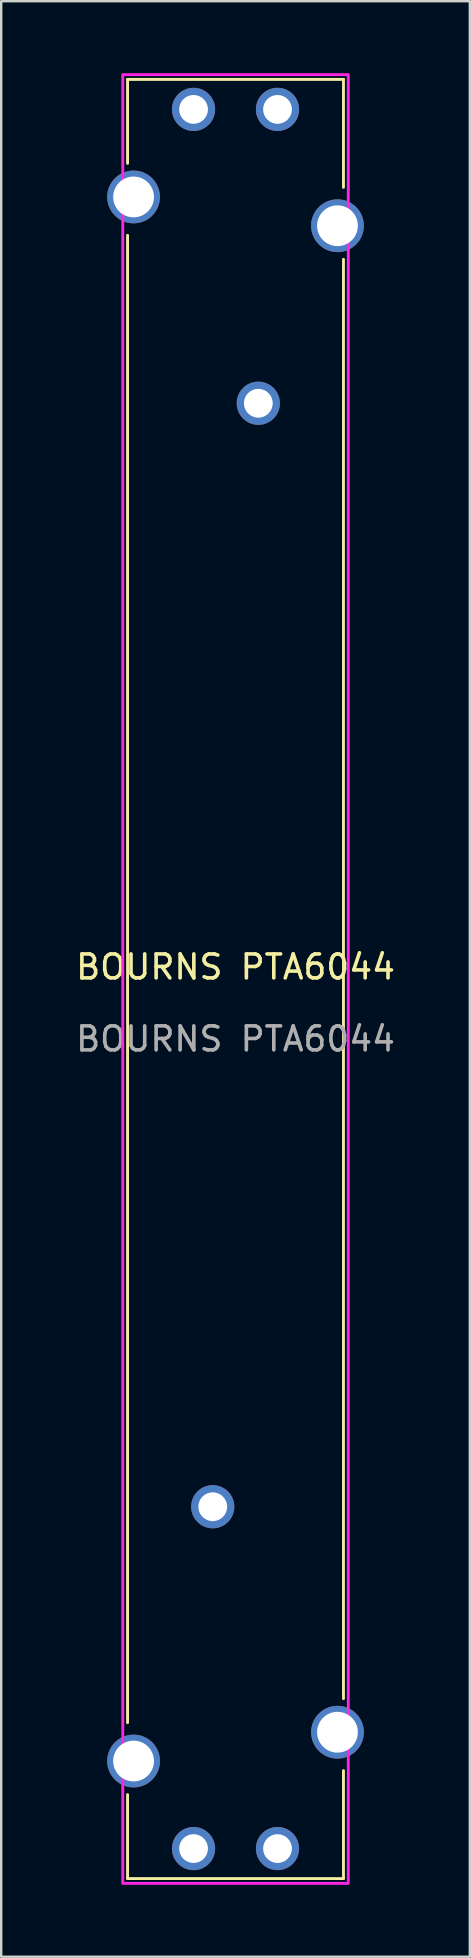
<source format=kicad_pcb>
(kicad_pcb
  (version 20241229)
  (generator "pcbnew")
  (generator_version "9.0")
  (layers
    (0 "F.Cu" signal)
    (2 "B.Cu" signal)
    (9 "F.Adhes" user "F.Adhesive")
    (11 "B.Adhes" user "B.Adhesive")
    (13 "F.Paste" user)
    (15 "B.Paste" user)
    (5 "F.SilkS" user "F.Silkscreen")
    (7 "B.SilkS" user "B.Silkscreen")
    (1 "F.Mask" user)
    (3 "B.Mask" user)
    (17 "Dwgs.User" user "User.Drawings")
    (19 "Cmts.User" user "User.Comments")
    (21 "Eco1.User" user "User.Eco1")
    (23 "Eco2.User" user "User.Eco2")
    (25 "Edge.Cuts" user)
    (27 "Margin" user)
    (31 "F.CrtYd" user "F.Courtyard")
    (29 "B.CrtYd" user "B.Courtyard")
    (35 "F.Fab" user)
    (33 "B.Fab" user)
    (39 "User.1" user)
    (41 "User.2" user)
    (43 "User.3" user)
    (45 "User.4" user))
  (footprint "BOURNS PTA6044"
    (layer "F.Cu")
    (at 6.768 37.76)
    (property "Reference" "BOURNS PTA6044" (at 0 -0.5 0) (unlocked yes) (layer "F.SilkS") (effects (font (size 1 1) (thickness 0.15))))
    (attr through_hole)
    (fp_line (start -4.5 -37.5) (end -4.5 -34) (stroke (width 0.12) (type solid)) (layer "F.SilkS"))
    (fp_line (start -4.5 -37.5) (end 4.5 -37.5) (stroke (width 0.12) (type solid)) (layer "F.SilkS"))
    (fp_line (start -4.5 -31) (end -4.5 31) (stroke (width 0.12) (type solid)) (layer "F.SilkS"))
    (fp_line (start -4.5 37.5) (end -4.5 34) (stroke (width 0.12) (type solid)) (layer "F.SilkS"))
    (fp_line (start -4.5 37.5) (end 4.5 37.5) (stroke (width 0.12) (type solid)) (layer "F.SilkS"))
    (fp_line (start 4.5 -33) (end 4.5 -37.5) (stroke (width 0.12) (type solid)) (layer "F.SilkS"))
    (fp_line (start 4.5 30) (end 4.5 -30) (stroke (width 0.12) (type solid)) (layer "F.SilkS"))
    (fp_line (start 4.5 37.5) (end 4.5 33) (stroke (width 0.12) (type solid)) (layer "F.SilkS"))
    (fp_rect (start -4.7 -37.7) (end 4.7 37.7) (stroke (width 0.12) (type solid)) (fill no) (layer "F.CrtYd"))
    (fp_text user "${REFERENCE}" (at 0 2.5 0) (unlocked yes) (layer "F.Fab") (effects (font (size 1 1) (thickness 0.15))))
    (pad "" thru_hole circle (at -4.25 -32.6) (size 2.2 2.2) (drill 1.7) (layers "*.Cu" "*.Mask"))
    (pad "" thru_hole circle (at -4.25 32.6) (size 2.2 2.2) (drill 1.7) (layers "*.Cu" "*.Mask"))
    (pad "" thru_hole circle (at 4.25 -31.4) (size 2.2 2.2) (drill 1.7) (layers "*.Cu" "*.Mask"))
    (pad "" thru_hole circle (at 4.25 31.4) (size 2.2 2.2) (drill 1.7) (layers "*.Cu" "*.Mask"))
    (pad "1" thru_hole circle (at 1.75 -36.25) (size 1.8 1.8) (drill 1.2) (layers "*.Cu" "*.Mask"))
    (pad "2" thru_hole circle (at 0.95 -24) (size 1.8 1.8) (drill 1.2) (layers "*.Cu" "*.Mask"))
    (pad "3" thru_hole circle (at 1.75 36.25) (size 1.8 1.8) (drill 1.2) (layers "*.Cu" "*.Mask"))
    (pad "4" thru_hole circle (at -1.75 -36.25) (size 1.8 1.8) (drill 1.2) (layers "*.Cu" "*.Mask"))
    (pad "5" thru_hole circle (at -0.95 22) (size 1.8 1.8) (drill 1.2) (layers "*.Cu" "*.Mask"))
    (pad "6" thru_hole circle (at -1.75 36.25) (size 1.8 1.8) (drill 1.2) (layers "*.Cu" "*.Mask")))
  (gr_rect
    (start -3 -3)
    (end 16.536 78.52)
    (stroke (width 0.1) (type default))
    (fill no)
    (layer "Edge.Cuts")))
</source>
